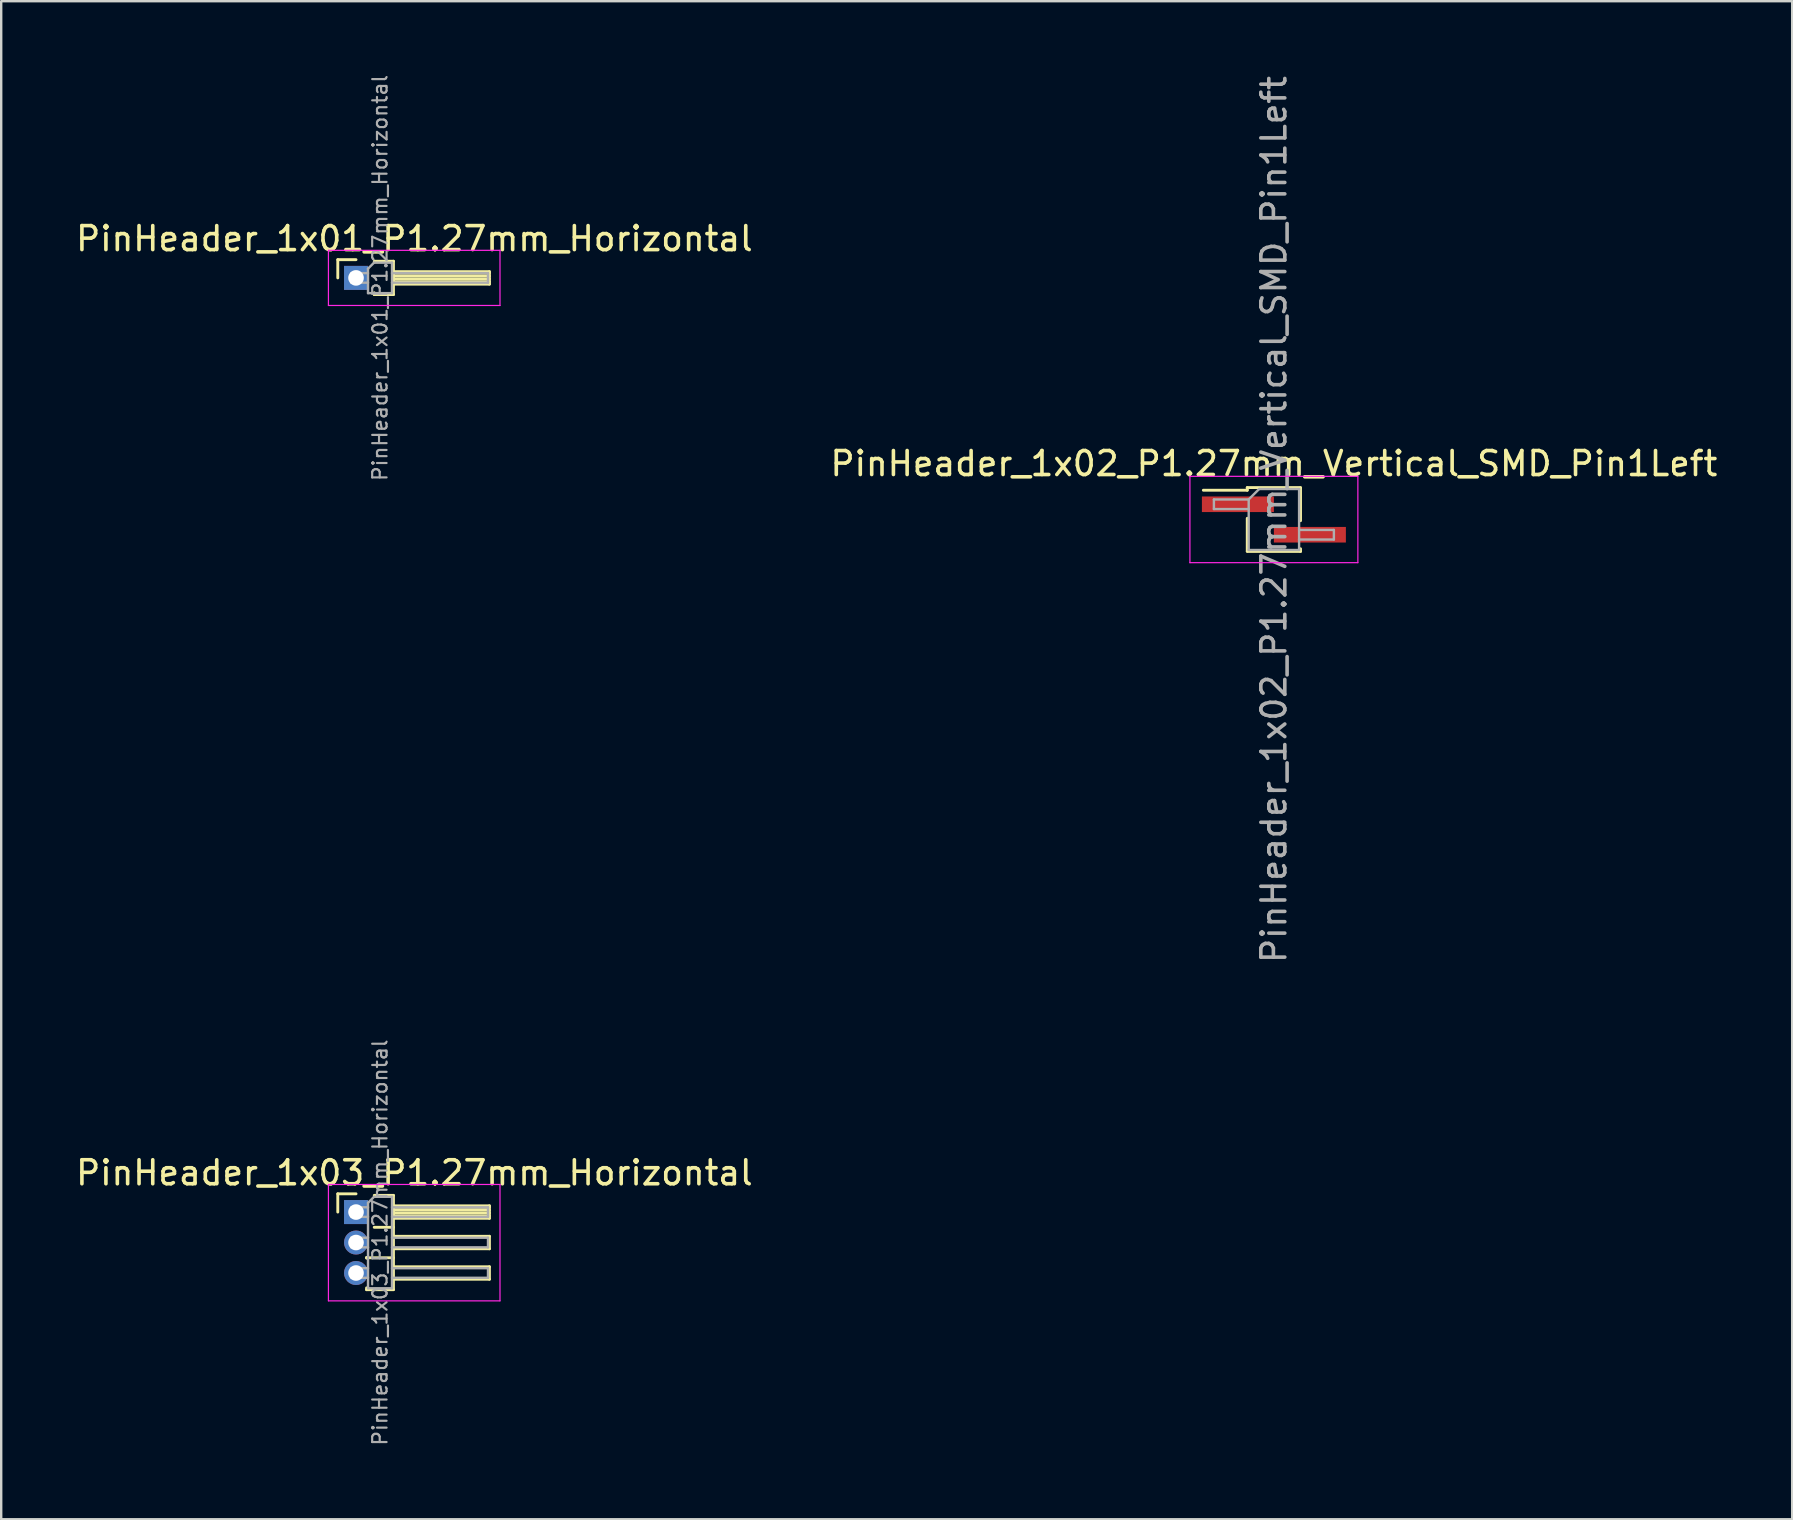
<source format=kicad_pcb>
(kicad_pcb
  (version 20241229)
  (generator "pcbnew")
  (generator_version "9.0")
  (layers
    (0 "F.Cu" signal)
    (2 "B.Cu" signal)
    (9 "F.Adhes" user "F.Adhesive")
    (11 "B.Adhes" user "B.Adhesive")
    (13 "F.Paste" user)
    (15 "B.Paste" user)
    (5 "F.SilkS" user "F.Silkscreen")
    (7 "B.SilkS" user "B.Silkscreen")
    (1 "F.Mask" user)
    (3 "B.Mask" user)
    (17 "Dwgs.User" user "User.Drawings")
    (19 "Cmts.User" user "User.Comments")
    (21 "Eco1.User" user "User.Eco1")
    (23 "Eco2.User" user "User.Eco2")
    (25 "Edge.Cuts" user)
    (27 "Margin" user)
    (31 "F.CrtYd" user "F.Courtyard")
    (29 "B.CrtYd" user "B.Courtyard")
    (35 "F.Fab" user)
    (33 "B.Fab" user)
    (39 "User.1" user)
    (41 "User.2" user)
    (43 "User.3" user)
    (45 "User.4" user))
  (footprint "PinHeader_1x03_P1.27mm_Horizontal"
    (layer "F.Cu")
    (at 11.788 47.465)
    (property "Reference" "PinHeader_1x03_P1.27mm_Horizontal" (at 2.433 -1.635 0) (layer "F.SilkS") (effects (font (size 1 1) (thickness 0.15))))
    (attr through_hole)
    (fp_line (start -0.76 -0.76) (end 0 -0.76) (stroke (width 0.12) (type solid)) (layer "F.SilkS"))
    (fp_line (start -0.76 0) (end -0.76 -0.76) (stroke (width 0.12) (type solid)) (layer "F.SilkS"))
    (fp_line (start 0.44 1.89) (end 0.44 1.92) (stroke (width 0.12) (type solid)) (layer "F.SilkS"))
    (fp_line (start 0.44 1.905) (end 1.56 1.905) (stroke (width 0.12) (type solid)) (layer "F.SilkS"))
    (fp_line (start 0.44 3.235) (end 0.44 3.16) (stroke (width 0.12) (type solid)) (layer "F.SilkS"))
    (fp_line (start 0.76 -0.695) (end 1.56 -0.695) (stroke (width 0.12) (type solid)) (layer "F.SilkS"))
    (fp_line (start 0.76 0.635) (end 1.56 0.635) (stroke (width 0.12) (type solid)) (layer "F.SilkS"))
    (fp_line (start 1.56 -0.695) (end 1.56 3.235) (stroke (width 0.12) (type solid)) (layer "F.SilkS"))
    (fp_line (start 1.56 -0.26) (end 5.56 -0.26) (stroke (width 0.12) (type solid)) (layer "F.SilkS"))
    (fp_line (start 1.56 -0.2) (end 5.56 -0.2) (stroke (width 0.12) (type solid)) (layer "F.SilkS"))
    (fp_line (start 1.56 -0.08) (end 5.56 -0.08) (stroke (width 0.12) (type solid)) (layer "F.SilkS"))
    (fp_line (start 1.56 0.04) (end 5.56 0.04) (stroke (width 0.12) (type solid)) (layer "F.SilkS"))
    (fp_line (start 1.56 0.16) (end 5.56 0.16) (stroke (width 0.12) (type solid)) (layer "F.SilkS"))
    (fp_line (start 1.56 1.01) (end 5.56 1.01) (stroke (width 0.12) (type solid)) (layer "F.SilkS"))
    (fp_line (start 1.56 2.28) (end 5.56 2.28) (stroke (width 0.12) (type solid)) (layer "F.SilkS"))
    (fp_line (start 1.56 3.235) (end 0.44 3.235) (stroke (width 0.12) (type solid)) (layer "F.SilkS"))
    (fp_line (start 5.56 -0.26) (end 5.56 0.26) (stroke (width 0.12) (type solid)) (layer "F.SilkS"))
    (fp_line (start 5.56 0.26) (end 1.56 0.26) (stroke (width 0.12) (type solid)) (layer "F.SilkS"))
    (fp_line (start 5.56 1.01) (end 5.56 1.53) (stroke (width 0.12) (type solid)) (layer "F.SilkS"))
    (fp_line (start 5.56 1.53) (end 1.56 1.53) (stroke (width 0.12) (type solid)) (layer "F.SilkS"))
    (fp_line (start 5.56 2.28) (end 5.56 2.8) (stroke (width 0.12) (type solid)) (layer "F.SilkS"))
    (fp_line (start 5.56 2.8) (end 1.56 2.8) (stroke (width 0.12) (type solid)) (layer "F.SilkS"))
    (fp_line (start -1.15 -1.15) (end -1.15 3.7) (stroke (width 0.05) (type solid)) (layer "F.CrtYd"))
    (fp_line (start -1.15 3.7) (end 6 3.7) (stroke (width 0.05) (type solid)) (layer "F.CrtYd"))
    (fp_line (start 6 -1.15) (end -1.15 -1.15) (stroke (width 0.05) (type solid)) (layer "F.CrtYd"))
    (fp_line (start 6 3.7) (end 6 -1.15) (stroke (width 0.05) (type solid)) (layer "F.CrtYd"))
    (fp_line (start -0.2 -0.2) (end -0.2 0.2) (stroke (width 0.1) (type solid)) (layer "F.Fab"))
    (fp_line (start -0.2 -0.2) (end 0.5 -0.2) (stroke (width 0.1) (type solid)) (layer "F.Fab"))
    (fp_line (start -0.2 0.2) (end 0.5 0.2) (stroke (width 0.1) (type solid)) (layer "F.Fab"))
    (fp_line (start -0.2 1.07) (end -0.2 1.47) (stroke (width 0.1) (type solid)) (layer "F.Fab"))
    (fp_line (start -0.2 1.07) (end 0.5 1.07) (stroke (width 0.1) (type solid)) (layer "F.Fab"))
    (fp_line (start -0.2 1.47) (end 0.5 1.47) (stroke (width 0.1) (type solid)) (layer "F.Fab"))
    (fp_line (start -0.2 2.34) (end -0.2 2.74) (stroke (width 0.1) (type solid)) (layer "F.Fab"))
    (fp_line (start -0.2 2.34) (end 0.5 2.34) (stroke (width 0.1) (type solid)) (layer "F.Fab"))
    (fp_line (start -0.2 2.74) (end 0.5 2.74) (stroke (width 0.1) (type solid)) (layer "F.Fab"))
    (fp_line (start 0.5 -0.385) (end 0.75 -0.635) (stroke (width 0.1) (type solid)) (layer "F.Fab"))
    (fp_line (start 0.5 3.175) (end 0.5 -0.385) (stroke (width 0.1) (type solid)) (layer "F.Fab"))
    (fp_line (start 0.75 -0.635) (end 1.5 -0.635) (stroke (width 0.1) (type solid)) (layer "F.Fab"))
    (fp_line (start 1.5 -0.635) (end 1.5 3.175) (stroke (width 0.1) (type solid)) (layer "F.Fab"))
    (fp_line (start 1.5 -0.2) (end 5.5 -0.2) (stroke (width 0.1) (type solid)) (layer "F.Fab"))
    (fp_line (start 1.5 0.2) (end 5.5 0.2) (stroke (width 0.1) (type solid)) (layer "F.Fab"))
    (fp_line (start 1.5 1.07) (end 5.5 1.07) (stroke (width 0.1) (type solid)) (layer "F.Fab"))
    (fp_line (start 1.5 1.47) (end 5.5 1.47) (stroke (width 0.1) (type solid)) (layer "F.Fab"))
    (fp_line (start 1.5 2.34) (end 5.5 2.34) (stroke (width 0.1) (type solid)) (layer "F.Fab"))
    (fp_line (start 1.5 2.74) (end 5.5 2.74) (stroke (width 0.1) (type solid)) (layer "F.Fab"))
    (fp_line (start 1.5 3.175) (end 0.5 3.175) (stroke (width 0.1) (type solid)) (layer "F.Fab"))
    (fp_line (start 5.5 -0.2) (end 5.5 0.2) (stroke (width 0.1) (type solid)) (layer "F.Fab"))
    (fp_line (start 5.5 1.07) (end 5.5 1.47) (stroke (width 0.1) (type solid)) (layer "F.Fab"))
    (fp_line (start 5.5 2.34) (end 5.5 2.74) (stroke (width 0.1) (type solid)) (layer "F.Fab"))
    (fp_text user "${REFERENCE}" (at 1 1.27 90) (layer "F.Fab") (effects (font (size 0.6 0.6) (thickness 0.09))))
    (pad "1" thru_hole rect (at 0 0) (size 1 1) (drill 0.65) (layers "*.Cu" "*.Mask"))
    (pad "2" thru_hole oval (at 0 1.27) (size 1 1) (drill 0.65) (layers "*.Cu" "*.Mask"))
    (pad "3" thru_hole oval (at 0 2.54) (size 1 1) (drill 0.65) (layers "*.Cu" "*.Mask")))
  (footprint "PinHeader_1x02_P1.27mm_Vertical_SMD_Pin1Left"
    (layer "F.Cu")
    (at 50.042 18.601)
    (property "Reference" "PinHeader_1x02_P1.27mm_Vertical_SMD_Pin1Left" (at 0 -2.33 0) (layer "F.SilkS") (effects (font (size 1 1) (thickness 0.15))))
    (attr smd)
    (fp_line (start -1.11 -1.33) (end -1.11 -1.22) (stroke (width 0.12) (type solid)) (layer "F.SilkS"))
    (fp_line (start -1.11 -1.33) (end 1.11 -1.33) (stroke (width 0.12) (type solid)) (layer "F.SilkS"))
    (fp_line (start -1.11 -1.22) (end -2.94 -1.22) (stroke (width 0.12) (type solid)) (layer "F.SilkS"))
    (fp_line (start -1.11 -0.05) (end -1.11 1.32) (stroke (width 0.12) (type solid)) (layer "F.SilkS"))
    (fp_line (start -1.11 1.33) (end 1.11 1.33) (stroke (width 0.12) (type solid)) (layer "F.SilkS"))
    (fp_line (start 1.11 -1.32) (end 1.11 0.05) (stroke (width 0.12) (type solid)) (layer "F.SilkS"))
    (fp_line (start 1.11 1.22) (end 1.11 1.33) (stroke (width 0.12) (type solid)) (layer "F.SilkS"))
    (fp_line (start -3.5 -1.8) (end -3.5 1.8) (stroke (width 0.05) (type solid)) (layer "F.CrtYd"))
    (fp_line (start -3.5 1.8) (end 3.5 1.8) (stroke (width 0.05) (type solid)) (layer "F.CrtYd"))
    (fp_line (start 3.5 -1.8) (end -3.5 -1.8) (stroke (width 0.05) (type solid)) (layer "F.CrtYd"))
    (fp_line (start 3.5 1.8) (end 3.5 -1.8) (stroke (width 0.05) (type solid)) (layer "F.CrtYd"))
    (fp_line (start -2.5 -0.835) (end -2.5 -0.435) (stroke (width 0.1) (type solid)) (layer "F.Fab"))
    (fp_line (start -2.5 -0.435) (end -1.05 -0.435) (stroke (width 0.1) (type solid)) (layer "F.Fab"))
    (fp_line (start -1.05 -0.835) (end -2.5 -0.835) (stroke (width 0.1) (type solid)) (layer "F.Fab"))
    (fp_line (start -1.05 -0.835) (end -0.615 -1.27) (stroke (width 0.1) (type solid)) (layer "F.Fab"))
    (fp_line (start -1.05 1.27) (end -1.05 -0.835) (stroke (width 0.1) (type solid)) (layer "F.Fab"))
    (fp_line (start -0.615 -1.27) (end 1.05 -1.27) (stroke (width 0.1) (type solid)) (layer "F.Fab"))
    (fp_line (start 1.05 -1.27) (end 1.05 1.27) (stroke (width 0.1) (type solid)) (layer "F.Fab"))
    (fp_line (start 1.05 0.435) (end 2.5 0.435) (stroke (width 0.1) (type solid)) (layer "F.Fab"))
    (fp_line (start 1.05 1.27) (end -1.05 1.27) (stroke (width 0.1) (type solid)) (layer "F.Fab"))
    (fp_line (start 2.5 0.435) (end 2.5 0.835) (stroke (width 0.1) (type solid)) (layer "F.Fab"))
    (fp_line (start 2.5 0.835) (end 1.05 0.835) (stroke (width 0.1) (type solid)) (layer "F.Fab"))
    (fp_text user "${REFERENCE}" (at 0 0 90) (layer "F.Fab") (effects (font (size 1 1) (thickness 0.15))))
    (pad "1" smd rect (at -1.5 -0.635) (size 3 0.65) (layers "F.Cu" "F.Mask" "F.Paste"))
    (pad "2" smd rect (at 1.5 0.635) (size 3 0.65) (layers "F.Cu" "F.Mask" "F.Paste")))
  (footprint "PinHeader_1x01_P1.27mm_Horizontal"
    (layer "F.Cu")
    (at 11.788 8.532)
    (property "Reference" "PinHeader_1x01_P1.27mm_Horizontal" (at 2.433 -1.635 0) (layer "F.SilkS") (effects (font (size 1 1) (thickness 0.15))))
    (attr through_hole)
    (fp_line (start -0.76 -0.76) (end 0 -0.76) (stroke (width 0.12) (type solid)) (layer "F.SilkS"))
    (fp_line (start -0.76 0) (end -0.76 -0.76) (stroke (width 0.12) (type solid)) (layer "F.SilkS"))
    (fp_line (start 0.76 -0.695) (end 1.56 -0.695) (stroke (width 0.12) (type solid)) (layer "F.SilkS"))
    (fp_line (start 0.76 0.695) (end 0.76 0.62) (stroke (width 0.12) (type solid)) (layer "F.SilkS"))
    (fp_line (start 1.56 -0.695) (end 1.56 0.695) (stroke (width 0.12) (type solid)) (layer "F.SilkS"))
    (fp_line (start 1.56 -0.26) (end 5.56 -0.26) (stroke (width 0.12) (type solid)) (layer "F.SilkS"))
    (fp_line (start 1.56 -0.2) (end 5.56 -0.2) (stroke (width 0.12) (type solid)) (layer "F.SilkS"))
    (fp_line (start 1.56 -0.08) (end 5.56 -0.08) (stroke (width 0.12) (type solid)) (layer "F.SilkS"))
    (fp_line (start 1.56 0.04) (end 5.56 0.04) (stroke (width 0.12) (type solid)) (layer "F.SilkS"))
    (fp_line (start 1.56 0.16) (end 5.56 0.16) (stroke (width 0.12) (type solid)) (layer "F.SilkS"))
    (fp_line (start 1.56 0.695) (end 0.76 0.695) (stroke (width 0.12) (type solid)) (layer "F.SilkS"))
    (fp_line (start 5.56 -0.26) (end 5.56 0.26) (stroke (width 0.12) (type solid)) (layer "F.SilkS"))
    (fp_line (start 5.56 0.26) (end 1.56 0.26) (stroke (width 0.12) (type solid)) (layer "F.SilkS"))
    (fp_line (start -1.15 -1.15) (end -1.15 1.15) (stroke (width 0.05) (type solid)) (layer "F.CrtYd"))
    (fp_line (start -1.15 1.15) (end 6 1.15) (stroke (width 0.05) (type solid)) (layer "F.CrtYd"))
    (fp_line (start 6 -1.15) (end -1.15 -1.15) (stroke (width 0.05) (type solid)) (layer "F.CrtYd"))
    (fp_line (start 6 1.15) (end 6 -1.15) (stroke (width 0.05) (type solid)) (layer "F.CrtYd"))
    (fp_line (start -0.2 -0.2) (end -0.2 0.2) (stroke (width 0.1) (type solid)) (layer "F.Fab"))
    (fp_line (start -0.2 -0.2) (end 0.5 -0.2) (stroke (width 0.1) (type solid)) (layer "F.Fab"))
    (fp_line (start -0.2 0.2) (end 0.5 0.2) (stroke (width 0.1) (type solid)) (layer "F.Fab"))
    (fp_line (start 0.5 -0.385) (end 0.75 -0.635) (stroke (width 0.1) (type solid)) (layer "F.Fab"))
    (fp_line (start 0.5 0.635) (end 0.5 -0.385) (stroke (width 0.1) (type solid)) (layer "F.Fab"))
    (fp_line (start 0.75 -0.635) (end 1.5 -0.635) (stroke (width 0.1) (type solid)) (layer "F.Fab"))
    (fp_line (start 1.5 -0.635) (end 1.5 0.635) (stroke (width 0.1) (type solid)) (layer "F.Fab"))
    (fp_line (start 1.5 -0.2) (end 5.5 -0.2) (stroke (width 0.1) (type solid)) (layer "F.Fab"))
    (fp_line (start 1.5 0.2) (end 5.5 0.2) (stroke (width 0.1) (type solid)) (layer "F.Fab"))
    (fp_line (start 1.5 0.635) (end 0.5 0.635) (stroke (width 0.1) (type solid)) (layer "F.Fab"))
    (fp_line (start 5.5 -0.2) (end 5.5 0.2) (stroke (width 0.1) (type solid)) (layer "F.Fab"))
    (fp_text user "${REFERENCE}" (at 1 0 90) (layer "F.Fab") (effects (font (size 0.6 0.6) (thickness 0.09))))
    (pad "1" thru_hole rect (at 0 0) (size 1 1) (drill 0.65) (layers "*.Cu" "*.Mask")))
  (gr_rect
    (start -3 -3)
    (end 71.643 60.267)
    (stroke (width 0.1) (type default))
    (fill no)
    (layer "Edge.Cuts")))
</source>
